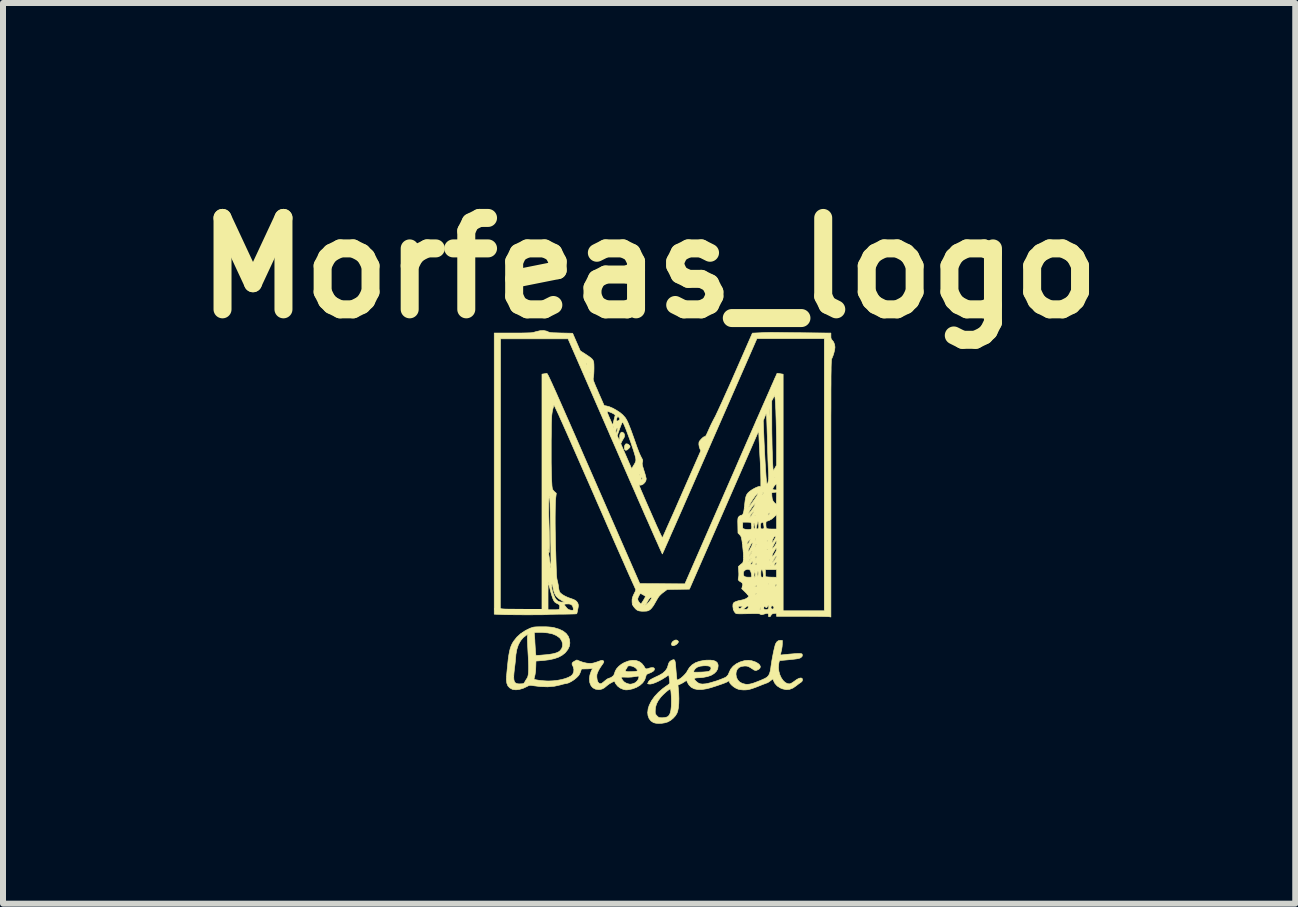
<source format=kicad_pcb>
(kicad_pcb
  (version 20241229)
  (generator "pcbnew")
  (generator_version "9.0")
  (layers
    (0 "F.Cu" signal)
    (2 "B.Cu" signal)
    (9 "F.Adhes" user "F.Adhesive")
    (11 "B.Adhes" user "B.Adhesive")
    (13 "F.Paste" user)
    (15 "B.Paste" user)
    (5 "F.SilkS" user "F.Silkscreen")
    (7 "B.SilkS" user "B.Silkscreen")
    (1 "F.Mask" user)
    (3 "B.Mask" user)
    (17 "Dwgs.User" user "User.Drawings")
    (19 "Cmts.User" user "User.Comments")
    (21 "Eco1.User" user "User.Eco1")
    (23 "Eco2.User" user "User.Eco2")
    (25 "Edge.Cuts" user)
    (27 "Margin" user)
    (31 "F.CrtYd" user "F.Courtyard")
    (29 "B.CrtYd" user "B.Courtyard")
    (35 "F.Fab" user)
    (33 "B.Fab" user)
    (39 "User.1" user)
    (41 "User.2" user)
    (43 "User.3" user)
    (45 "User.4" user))
  (footprint "Morfeas_logo"
    (layer "F.Cu")
    (at 8.026 5.736)
    (property "Reference" "Morfeas_logo" (at -0.254 -4.318 0) (layer "F.SilkS") (effects (font (size 1.524 1.524) (thickness 0.3))))
    (attr through_hole)
    (fp_poly (pts (xy -0.602 -1.379) (xy -0.582 -1.361) (xy -0.58 -1.358) (xy -0.572 -1.344) (xy -0.572 -1.333) (xy -0.581 -1.321) (xy -0.594 -1.307) (xy -0.62 -1.285) (xy -0.641 -1.278) (xy -0.657 -1.286) (xy -0.665 -1.306) (xy -0.666 -1.335) (xy -0.659 -1.362) (xy -0.647 -1.381) (xy -0.644 -1.384) (xy -0.624 -1.387) (xy -0.602 -1.379)) (stroke (width 0.01) (type solid)) (fill yes) (layer "F.SilkS"))
    (fp_poly (pts (xy 0.22 1.893) (xy 0.223 1.895) (xy 0.234 1.908) (xy 0.234 1.919) (xy 0.225 1.935) (xy 0.207 1.954) (xy 0.183 1.969) (xy 0.182 1.969) (xy 0.159 1.978) (xy 0.145 1.98) (xy 0.131 1.976) (xy 0.129 1.976) (xy 0.12 1.964) (xy 0.12 1.945) (xy 0.129 1.923) (xy 0.14 1.91) (xy 0.17 1.889) (xy 0.197 1.883) (xy 0.22 1.893)) (stroke (width 0.01) (type solid)) (fill yes) (layer "F.SilkS"))
    (fp_poly (pts (xy -1.973 1.664) (xy -1.923 1.667) (xy -1.882 1.671) (xy -1.845 1.677) (xy -1.833 1.68) (xy -1.753 1.704) (xy -1.687 1.736) (xy -1.637 1.775) (xy -1.601 1.823) (xy -1.581 1.878) (xy -1.575 1.934) (xy -1.583 1.988) (xy -1.608 2.041) (xy -1.647 2.091) (xy -1.658 2.102) (xy -1.708 2.141) (xy -1.767 2.172) (xy -1.838 2.196) (xy -1.921 2.214) (xy -2.018 2.226) (xy -2.03 2.227) (xy -2.07 2.23) (xy -2.104 2.233) (xy -2.128 2.234) (xy -2.139 2.235) (xy -2.139 2.235) (xy -2.14 2.243) (xy -2.141 2.264) (xy -2.142 2.296) (xy -2.143 2.326) (xy -2.146 2.402) (xy -2.156 2.466) (xy -2.159 2.477) (xy -2.166 2.506) (xy -2.171 2.528) (xy -2.172 2.538) (xy -2.172 2.538) (xy -2.16 2.543) (xy -2.134 2.549) (xy -2.098 2.555) (xy -2.056 2.56) (xy -2.011 2.564) (xy -1.967 2.567) (xy -1.93 2.568) (xy -1.856 2.565) (xy -1.783 2.557) (xy -1.714 2.544) (xy -1.652 2.527) (xy -1.599 2.507) (xy -1.557 2.484) (xy -1.53 2.46) (xy -1.528 2.456) (xy -1.511 2.417) (xy -1.508 2.374) (xy -1.519 2.332) (xy -1.524 2.321) (xy -1.538 2.292) (xy -1.537 2.269) (xy -1.52 2.251) (xy -1.497 2.237) (xy -1.458 2.217) (xy -1.408 2.238) (xy -1.35 2.258) (xy -1.29 2.271) (xy -1.234 2.275) (xy -1.207 2.273) (xy -1.177 2.267) (xy -1.14 2.256) (xy -1.103 2.243) (xy -1.102 2.243) (xy -1.068 2.23) (xy -1.044 2.224) (xy -1.029 2.225) (xy -1.024 2.227) (xy -1.012 2.236) (xy -1.009 2.248) (xy -1.016 2.266) (xy -1.033 2.292) (xy -1.042 2.304) (xy -1.065 2.338) (xy -1.089 2.377) (xy -1.102 2.402) (xy -1.116 2.434) (xy -1.124 2.459) (xy -1.126 2.486) (xy -1.125 2.51) (xy -1.119 2.553) (xy -1.108 2.582) (xy -1.104 2.589) (xy -1.086 2.608) (xy -1.067 2.614) (xy -1.045 2.608) (xy -1.018 2.588) (xy -1.002 2.574) (xy -0.976 2.553) (xy -0.952 2.535) (xy -0.934 2.526) (xy -0.933 2.526) (xy -0.899 2.514) (xy -0.881 2.504) (xy -0.72 2.504) (xy -0.714 2.523) (xy -0.7 2.547) (xy -0.682 2.571) (xy -0.667 2.585) (xy -0.639 2.602) (xy -0.606 2.614) (xy -0.575 2.621) (xy -0.559 2.62) (xy -0.541 2.617) (xy -0.522 2.612) (xy -0.487 2.598) (xy -0.457 2.572) (xy -0.434 2.54) (xy -0.424 2.506) (xy -0.423 2.5) (xy -0.424 2.492) (xy -0.429 2.488) (xy -0.441 2.487) (xy -0.463 2.49) (xy -0.493 2.495) (xy -0.545 2.502) (xy -0.602 2.505) (xy -0.641 2.504) (xy -0.675 2.503) (xy -0.702 2.503) (xy -0.717 2.503) (xy -0.72 2.504) (xy -0.881 2.504) (xy -0.869 2.497) (xy -0.847 2.477) (xy -0.84 2.465) (xy -0.832 2.443) (xy -0.822 2.415) (xy -0.818 2.403) (xy -0.809 2.387) (xy -0.65 2.387) (xy -0.649 2.401) (xy -0.633 2.409) (xy -0.601 2.413) (xy -0.587 2.413) (xy -0.548 2.412) (xy -0.509 2.41) (xy -0.485 2.408) (xy -0.459 2.403) (xy -0.448 2.396) (xy -0.45 2.384) (xy -0.465 2.365) (xy -0.479 2.351) (xy -0.502 2.335) (xy -0.53 2.323) (xy -0.56 2.316) (xy -0.587 2.315) (xy -0.607 2.32) (xy -0.618 2.331) (xy -0.618 2.335) (xy -0.624 2.35) (xy -0.636 2.368) (xy -0.65 2.387) (xy -0.809 2.387) (xy -0.796 2.364) (xy -0.762 2.326) (xy -0.718 2.29) (xy -0.668 2.261) (xy -0.666 2.26) (xy -0.597 2.234) (xy -0.532 2.223) (xy -0.473 2.226) (xy -0.421 2.243) (xy -0.376 2.275) (xy -0.34 2.32) (xy -0.338 2.324) (xy -0.323 2.35) (xy -0.309 2.363) (xy -0.293 2.366) (xy -0.27 2.361) (xy -0.247 2.352) (xy -0.224 2.347) (xy -0.199 2.345) (xy -0.177 2.348) (xy -0.166 2.359) (xy -0.165 2.364) (xy -0.167 2.384) (xy -0.184 2.404) (xy -0.217 2.424) (xy -0.243 2.435) (xy -0.273 2.447) (xy -0.292 2.457) (xy -0.302 2.47) (xy -0.307 2.488) (xy -0.309 2.495) (xy -0.327 2.549) (xy -0.36 2.598) (xy -0.407 2.64) (xy -0.464 2.674) (xy -0.531 2.699) (xy -0.58 2.71) (xy -0.615 2.715) (xy -0.642 2.716) (xy -0.669 2.711) (xy -0.688 2.706) (xy -0.737 2.685) (xy -0.779 2.653) (xy -0.81 2.614) (xy -0.818 2.6) (xy -0.831 2.569) (xy -0.878 2.593) (xy -0.912 2.612) (xy -0.945 2.636) (xy -0.961 2.649) (xy -1.001 2.682) (xy -1.037 2.701) (xy -1.074 2.71) (xy -1.097 2.711) (xy -1.148 2.704) (xy -1.19 2.682) (xy -1.221 2.648) (xy -1.241 2.6) (xy -1.244 2.587) (xy -1.249 2.531) (xy -1.241 2.469) (xy -1.221 2.409) (xy -1.214 2.393) (xy -1.202 2.37) (xy -1.198 2.358) (xy -1.202 2.356) (xy -1.208 2.358) (xy -1.223 2.361) (xy -1.25 2.364) (xy -1.285 2.366) (xy -1.303 2.366) (xy -1.382 2.368) (xy -1.396 2.41) (xy -1.408 2.44) (xy -1.423 2.468) (xy -1.429 2.477) (xy -1.463 2.512) (xy -1.504 2.546) (xy -1.549 2.575) (xy -1.593 2.598) (xy -1.632 2.61) (xy -1.638 2.61) (xy -1.665 2.615) (xy -1.699 2.623) (xy -1.728 2.632) (xy -1.831 2.655) (xy -1.944 2.665) (xy -2.066 2.661) (xy -2.179 2.647) (xy -2.213 2.642) (xy -2.235 2.64) (xy -2.252 2.642) (xy -2.27 2.649) (xy -2.29 2.66) (xy -2.354 2.69) (xy -2.416 2.708) (xy -2.473 2.715) (xy -2.522 2.71) (xy -2.535 2.706) (xy -2.577 2.683) (xy -2.608 2.65) (xy -2.626 2.605) (xy -2.633 2.549) (xy -2.633 2.539) (xy -2.632 2.518) (xy -2.63 2.495) (xy -2.511 2.495) (xy -2.509 2.539) (xy -2.502 2.572) (xy -2.489 2.594) (xy -2.468 2.608) (xy -2.44 2.615) (xy -2.414 2.616) (xy -2.384 2.615) (xy -2.36 2.613) (xy -2.35 2.611) (xy -2.337 2.6) (xy -2.325 2.581) (xy -2.324 2.579) (xy -2.309 2.553) (xy -2.294 2.53) (xy -2.283 2.513) (xy -2.275 2.491) (xy -2.269 2.462) (xy -2.265 2.424) (xy -2.263 2.376) (xy -2.263 2.317) (xy -2.265 2.245) (xy -2.269 2.159) (xy -2.273 2.093) (xy -2.277 2.014) (xy -2.28 1.951) (xy -2.282 1.902) (xy -2.283 1.864) (xy -2.283 1.837) (xy -2.281 1.818) (xy -2.279 1.807) (xy -2.278 1.804) (xy -2.267 1.785) (xy -2.295 1.8) (xy -2.35 1.842) (xy -2.396 1.896) (xy -2.433 1.963) (xy -2.459 2.041) (xy -2.475 2.129) (xy -2.477 2.159) (xy -2.48 2.194) (xy -2.484 2.24) (xy -2.49 2.293) (xy -2.497 2.346) (xy -2.499 2.364) (xy -2.507 2.437) (xy -2.511 2.495) (xy -2.63 2.495) (xy -2.63 2.482) (xy -2.626 2.436) (xy -2.621 2.383) (xy -2.615 2.324) (xy -2.612 2.293) (xy -2.603 2.207) (xy -2.593 2.137) (xy -2.582 2.078) (xy -2.57 2.028) (xy -2.555 1.985) (xy -2.538 1.947) (xy -2.517 1.911) (xy -2.511 1.903) (xy -2.459 1.837) (xy -2.393 1.777) (xy -2.379 1.769) (xy -2.169 1.769) (xy -2.168 1.77) (xy -2.167 1.782) (xy -2.165 1.808) (xy -2.162 1.845) (xy -2.159 1.889) (xy -2.158 1.918) (xy -2.155 1.968) (xy -2.152 2.016) (xy -2.149 2.057) (xy -2.147 2.088) (xy -2.146 2.098) (xy -2.141 2.143) (xy -2.067 2.138) (xy -2.022 2.134) (xy -1.971 2.13) (xy -1.927 2.125) (xy -1.925 2.125) (xy -1.857 2.114) (xy -1.804 2.1) (xy -1.763 2.082) (xy -1.74 2.065) (xy -1.712 2.03) (xy -1.698 1.989) (xy -1.697 1.944) (xy -1.71 1.9) (xy -1.736 1.859) (xy -1.75 1.845) (xy -1.799 1.81) (xy -1.863 1.783) (xy -1.942 1.766) (xy -2.034 1.758) (xy -2.066 1.758) (xy -2.11 1.758) (xy -2.14 1.758) (xy -2.158 1.76) (xy -2.167 1.764) (xy -2.169 1.769) (xy -2.379 1.769) (xy -2.317 1.727) (xy -2.236 1.687) (xy -2.225 1.684) (xy -2.203 1.676) (xy -2.182 1.67) (xy -2.158 1.667) (xy -2.128 1.665) (xy -2.088 1.664) (xy -2.036 1.664) (xy -1.973 1.664)) (stroke (width 0.01) (type solid)) (fill yes) (layer "F.SilkS"))
    (fp_poly (pts (xy 1.94 1.89) (xy 1.968 1.892) (xy 1.967 1.952) (xy 1.964 1.992) (xy 1.957 2.038) (xy 1.949 2.072) (xy 1.942 2.103) (xy 1.939 2.125) (xy 1.94 2.134) (xy 1.941 2.134) (xy 1.952 2.133) (xy 1.977 2.131) (xy 2.012 2.127) (xy 2.055 2.123) (xy 2.083 2.12) (xy 2.132 2.116) (xy 2.179 2.112) (xy 2.219 2.11) (xy 2.249 2.11) (xy 2.257 2.11) (xy 2.282 2.112) (xy 2.295 2.117) (xy 2.3 2.128) (xy 2.301 2.135) (xy 2.299 2.154) (xy 2.285 2.17) (xy 2.277 2.176) (xy 2.265 2.184) (xy 2.249 2.19) (xy 2.227 2.195) (xy 2.197 2.2) (xy 2.155 2.205) (xy 2.101 2.211) (xy 2.051 2.216) (xy 2.006 2.22) (xy 1.97 2.223) (xy 1.944 2.226) (xy 1.934 2.226) (xy 1.924 2.228) (xy 1.917 2.237) (xy 1.912 2.255) (xy 1.907 2.286) (xy 1.907 2.288) (xy 1.903 2.348) (xy 1.91 2.407) (xy 1.926 2.464) (xy 1.949 2.514) (xy 1.978 2.557) (xy 2.012 2.59) (xy 2.05 2.611) (xy 2.083 2.616) (xy 2.107 2.611) (xy 2.138 2.593) (xy 2.158 2.579) (xy 2.202 2.547) (xy 2.237 2.527) (xy 2.265 2.518) (xy 2.283 2.518) (xy 2.298 2.526) (xy 2.303 2.544) (xy 2.303 2.549) (xy 2.299 2.568) (xy 2.286 2.583) (xy 2.271 2.594) (xy 2.246 2.611) (xy 2.217 2.633) (xy 2.201 2.646) (xy 2.145 2.685) (xy 2.089 2.707) (xy 2.032 2.712) (xy 1.974 2.7) (xy 1.934 2.684) (xy 1.881 2.65) (xy 1.843 2.607) (xy 1.82 2.561) (xy 1.811 2.533) (xy 1.767 2.566) (xy 1.743 2.583) (xy 1.724 2.595) (xy 1.715 2.599) (xy 1.705 2.602) (xy 1.682 2.611) (xy 1.649 2.623) (xy 1.609 2.639) (xy 1.584 2.649) (xy 1.521 2.674) (xy 1.47 2.692) (xy 1.428 2.705) (xy 1.392 2.713) (xy 1.359 2.716) (xy 1.325 2.717) (xy 1.305 2.716) (xy 1.265 2.712) (xy 1.232 2.705) (xy 1.2 2.691) (xy 1.186 2.684) (xy 1.152 2.662) (xy 1.122 2.636) (xy 1.098 2.61) (xy 1.085 2.586) (xy 1.084 2.577) (xy 1.081 2.567) (xy 1.073 2.568) (xy 1.054 2.579) (xy 1.051 2.581) (xy 1.034 2.589) (xy 1.005 2.601) (xy 0.965 2.616) (xy 0.919 2.632) (xy 0.869 2.649) (xy 0.819 2.665) (xy 0.772 2.68) (xy 0.731 2.691) (xy 0.707 2.697) (xy 0.627 2.71) (xy 0.556 2.71) (xy 0.497 2.698) (xy 0.448 2.672) (xy 0.41 2.633) (xy 0.392 2.603) (xy 0.37 2.558) (xy 0.335 2.581) (xy 0.305 2.6) (xy 0.272 2.617) (xy 0.264 2.62) (xy 0.227 2.637) (xy 0.232 2.68) (xy 0.24 2.772) (xy 0.243 2.86) (xy 0.241 2.941) (xy 0.235 3.012) (xy 0.223 3.071) (xy 0.211 3.104) (xy 0.186 3.146) (xy 0.149 3.187) (xy 0.106 3.223) (xy 0.06 3.249) (xy 0.055 3.251) (xy 0.009 3.265) (xy -0.042 3.273) (xy -0.093 3.275) (xy -0.14 3.272) (xy -0.177 3.263) (xy -0.182 3.261) (xy -0.224 3.233) (xy -0.254 3.194) (xy -0.272 3.146) (xy -0.278 3.09) (xy -0.276 3.082) (xy -0.152 3.082) (xy -0.151 3.104) (xy -0.146 3.12) (xy -0.136 3.134) (xy -0.131 3.14) (xy -0.112 3.16) (xy -0.094 3.174) (xy -0.09 3.176) (xy -0.066 3.18) (xy -0.033 3.181) (xy 0.002 3.178) (xy 0.034 3.171) (xy 0.056 3.163) (xy 0.08 3.139) (xy 0.097 3.105) (xy 0.109 3.057) (xy 0.116 2.994) (xy 0.117 2.974) (xy 0.118 2.923) (xy 0.118 2.871) (xy 0.116 2.821) (xy 0.113 2.777) (xy 0.11 2.74) (xy 0.105 2.715) (xy 0.1 2.702) (xy 0.099 2.701) (xy 0.085 2.707) (xy 0.063 2.723) (xy 0.035 2.745) (xy 0.005 2.772) (xy -0.025 2.8) (xy -0.05 2.827) (xy -0.058 2.835) (xy -0.101 2.893) (xy -0.129 2.947) (xy -0.146 3.002) (xy -0.151 3.048) (xy -0.152 3.082) (xy -0.276 3.082) (xy -0.27 3.03) (xy -0.252 2.974) (xy -0.215 2.9) (xy -0.163 2.827) (xy -0.098 2.757) (xy -0.024 2.693) (xy 0.024 2.658) (xy 0.055 2.637) (xy 0.075 2.622) (xy 0.086 2.61) (xy 0.09 2.6) (xy 0.09 2.587) (xy 0.089 2.582) (xy 0.086 2.556) (xy 0.082 2.523) (xy 0.08 2.509) (xy 0.075 2.466) (xy 0.019 2.504) (xy -0.039 2.54) (xy -0.095 2.57) (xy -0.147 2.594) (xy -0.194 2.611) (xy -0.232 2.619) (xy -0.258 2.618) (xy -0.279 2.612) (xy -0.265 2.582) (xy -0.258 2.571) (xy -0.249 2.56) (xy -0.236 2.549) (xy -0.216 2.537) (xy -0.188 2.522) (xy -0.149 2.503) (xy -0.098 2.479) (xy -0.087 2.474) (xy -0.027 2.439) (xy 0.018 2.398) (xy 0.048 2.352) (xy 0.059 2.319) (xy 0.07 2.28) (xy 0.083 2.253) (xy 0.102 2.235) (xy 0.122 2.223) (xy 0.142 2.215) (xy 0.157 2.212) (xy 0.168 2.217) (xy 0.176 2.23) (xy 0.182 2.255) (xy 0.187 2.292) (xy 0.191 2.343) (xy 0.193 2.368) (xy 0.197 2.417) (xy 0.201 2.462) (xy 0.205 2.498) (xy 0.207 2.524) (xy 0.209 2.533) (xy 0.213 2.548) (xy 0.22 2.552) (xy 0.235 2.545) (xy 0.24 2.543) (xy 0.276 2.52) (xy 0.313 2.488) (xy 0.347 2.453) (xy 0.374 2.419) (xy 0.376 2.414) (xy 0.487 2.414) (xy 0.49 2.418) (xy 0.499 2.42) (xy 0.517 2.421) (xy 0.547 2.421) (xy 0.591 2.42) (xy 0.603 2.42) (xy 0.66 2.417) (xy 0.705 2.413) (xy 0.736 2.408) (xy 0.747 2.405) (xy 0.768 2.387) (xy 0.778 2.362) (xy 0.776 2.341) (xy 0.761 2.325) (xy 0.73 2.316) (xy 0.684 2.313) (xy 0.656 2.314) (xy 0.596 2.321) (xy 0.55 2.337) (xy 0.517 2.361) (xy 0.493 2.395) (xy 0.488 2.408) (xy 0.487 2.414) (xy 0.376 2.414) (xy 0.384 2.4) (xy 0.418 2.344) (xy 0.462 2.299) (xy 0.518 2.264) (xy 0.586 2.239) (xy 0.668 2.224) (xy 0.699 2.221) (xy 0.766 2.22) (xy 0.819 2.226) (xy 0.858 2.241) (xy 0.884 2.265) (xy 0.896 2.298) (xy 0.897 2.317) (xy 0.89 2.366) (xy 0.866 2.408) (xy 0.829 2.444) (xy 0.778 2.474) (xy 0.715 2.495) (xy 0.64 2.509) (xy 0.591 2.513) (xy 0.546 2.515) (xy 0.517 2.519) (xy 0.502 2.526) (xy 0.501 2.537) (xy 0.511 2.553) (xy 0.531 2.574) (xy 0.562 2.599) (xy 0.596 2.614) (xy 0.635 2.619) (xy 0.686 2.615) (xy 0.688 2.615) (xy 0.724 2.608) (xy 0.768 2.597) (xy 0.818 2.582) (xy 0.871 2.566) (xy 0.921 2.548) (xy 0.967 2.53) (xy 1.005 2.514) (xy 1.031 2.5) (xy 1.037 2.495) (xy 1.063 2.466) (xy 1.081 2.425) (xy 1.081 2.424) (xy 1.107 2.37) (xy 1.147 2.322) (xy 1.199 2.282) (xy 1.261 2.251) (xy 1.331 2.23) (xy 1.348 2.227) (xy 1.404 2.223) (xy 1.457 2.23) (xy 1.514 2.249) (xy 1.524 2.253) (xy 1.564 2.276) (xy 1.59 2.301) (xy 1.601 2.326) (xy 1.596 2.35) (xy 1.576 2.372) (xy 1.543 2.388) (xy 1.526 2.393) (xy 1.512 2.391) (xy 1.493 2.383) (xy 1.471 2.368) (xy 1.435 2.345) (xy 1.408 2.33) (xy 1.386 2.322) (xy 1.363 2.318) (xy 1.336 2.318) (xy 1.336 2.318) (xy 1.284 2.325) (xy 1.243 2.344) (xy 1.214 2.376) (xy 1.198 2.418) (xy 1.194 2.454) (xy 1.202 2.506) (xy 1.224 2.551) (xy 1.258 2.586) (xy 1.304 2.61) (xy 1.359 2.623) (xy 1.367 2.623) (xy 1.393 2.623) (xy 1.421 2.62) (xy 1.453 2.613) (xy 1.492 2.601) (xy 1.54 2.583) (xy 1.599 2.56) (xy 1.634 2.545) (xy 1.678 2.525) (xy 1.712 2.504) (xy 1.736 2.479) (xy 1.753 2.448) (xy 1.765 2.406) (xy 1.775 2.352) (xy 1.777 2.331) (xy 1.784 2.285) (xy 1.792 2.232) (xy 1.802 2.176) (xy 1.813 2.119) (xy 1.824 2.066) (xy 1.835 2.018) (xy 1.845 1.98) (xy 1.852 1.954) (xy 1.854 1.95) (xy 1.876 1.915) (xy 1.905 1.894) (xy 1.94 1.89) (xy 1.94 1.89)) (stroke (width 0.01) (type solid)) (fill yes) (layer "F.SilkS"))
    (fp_poly (pts (xy -1.962 -3.265) (xy -1.945 -3.258) (xy -1.932 -3.251) (xy -1.919 -3.247) (xy -1.902 -3.243) (xy -1.88 -3.24) (xy -1.85 -3.238) (xy -1.809 -3.237) (xy -1.754 -3.235) (xy -1.719 -3.234) (xy -1.529 -3.23) (xy -1.401 -2.937) (xy -1.303 -2.874) (xy -1.257 -2.843) (xy -1.223 -2.818) (xy -1.2 -2.796) (xy -1.185 -2.773) (xy -1.177 -2.745) (xy -1.174 -2.709) (xy -1.173 -2.662) (xy -1.173 -2.642) (xy -1.174 -2.596) (xy -1.176 -2.553) (xy -1.179 -2.517) (xy -1.183 -2.493) (xy -1.183 -2.491) (xy -1.185 -2.48) (xy -1.186 -2.47) (xy -1.185 -2.457) (xy -1.181 -2.44) (xy -1.173 -2.418) (xy -1.161 -2.388) (xy -1.145 -2.348) (xy -1.122 -2.297) (xy -1.098 -2.24) (xy -1.003 -2.024) (xy -0.969 -2.019) (xy -0.917 -2.005) (xy -0.858 -1.98) (xy -0.799 -1.947) (xy -0.742 -1.91) (xy -0.694 -1.87) (xy -0.658 -1.83) (xy -0.657 -1.83) (xy -0.646 -1.814) (xy -0.635 -1.797) (xy -0.625 -1.779) (xy -0.614 -1.757) (xy -0.602 -1.731) (xy -0.589 -1.698) (xy -0.573 -1.658) (xy -0.554 -1.609) (xy -0.532 -1.548) (xy -0.506 -1.476) (xy -0.476 -1.39) (xy -0.456 -1.333) (xy -0.438 -1.286) (xy -0.42 -1.239) (xy -0.402 -1.198) (xy -0.387 -1.167) (xy -0.384 -1.161) (xy -0.368 -1.132) (xy -0.361 -1.113) (xy -0.36 -1.099) (xy -0.364 -1.085) (xy -0.364 -1.084) (xy -0.368 -1.071) (xy -0.369 -1.057) (xy -0.367 -1.037) (xy -0.361 -1.011) (xy -0.35 -0.975) (xy -0.335 -0.926) (xy -0.329 -0.908) (xy -0.318 -0.87) (xy -0.309 -0.836) (xy -0.303 -0.81) (xy -0.302 -0.801) (xy -0.308 -0.771) (xy -0.324 -0.743) (xy -0.347 -0.719) (xy -0.374 -0.702) (xy -0.4 -0.697) (xy -0.408 -0.699) (xy -0.412 -0.701) (xy -0.416 -0.703) (xy -0.419 -0.704) (xy -0.421 -0.703) (xy -0.421 -0.699) (xy -0.418 -0.69) (xy -0.413 -0.676) (xy -0.405 -0.655) (xy -0.393 -0.626) (xy -0.377 -0.589) (xy -0.356 -0.541) (xy -0.331 -0.482) (xy -0.3 -0.411) (xy -0.263 -0.327) (xy -0.226 -0.243) (xy -0.191 -0.163) (xy -0.158 -0.089) (xy -0.128 -0.02) (xy -0.1 0.04) (xy -0.077 0.092) (xy -0.057 0.133) (xy -0.043 0.162) (xy -0.035 0.177) (xy -0.032 0.18) (xy -0.028 0.171) (xy -0.017 0.148) (xy -0.001 0.112) (xy 0.021 0.063) (xy 0.047 0.003) (xy 0.078 -0.066) (xy 0.113 -0.145) (xy 0.152 -0.232) (xy 0.193 -0.325) (xy 0.236 -0.424) (xy 0.282 -0.528) (xy 0.291 -0.549) (xy 0.608 -1.271) (xy 0.592 -1.307) (xy 0.582 -1.338) (xy 0.576 -1.374) (xy 0.576 -1.383) (xy 0.577 -1.406) (xy 0.582 -1.424) (xy 0.595 -1.442) (xy 0.615 -1.465) (xy 0.64 -1.489) (xy 0.661 -1.504) (xy 0.672 -1.507) (xy 0.681 -1.509) (xy 0.69 -1.518) (xy 0.701 -1.536) (xy 0.714 -1.564) (xy 0.733 -1.606) (xy 0.753 -1.651) (xy 0.778 -1.705) (xy 0.806 -1.761) (xy 0.833 -1.813) (xy 0.839 -1.824) (xy 0.853 -1.85) (xy 0.872 -1.891) (xy 0.897 -1.944) (xy 0.927 -2.009) (xy 0.961 -2.083) (xy 0.998 -2.166) (xy 1.038 -2.255) (xy 1.081 -2.35) (xy 1.125 -2.449) (xy 1.169 -2.55) (xy 1.186 -2.588) (xy 1.468 -3.232) (xy 1.604 -3.238) (xy 1.654 -3.241) (xy 1.703 -3.242) (xy 1.745 -3.243) (xy 1.776 -3.244) (xy 1.786 -3.244) (xy 1.804 -3.244) (xy 1.836 -3.243) (xy 1.882 -3.243) (xy 1.939 -3.242) (xy 2.007 -3.241) (xy 2.083 -3.24) (xy 2.165 -3.239) (xy 2.253 -3.239) (xy 2.305 -3.238) (xy 2.777 -3.233) (xy 2.777 -3.184) (xy 2.778 -3.153) (xy 2.784 -3.133) (xy 2.794 -3.12) (xy 2.795 -3.119) (xy 2.822 -3.085) (xy 2.839 -3.041) (xy 2.845 -2.998) (xy 2.841 -2.962) (xy 2.831 -2.916) (xy 2.817 -2.868) (xy 2.8 -2.824) (xy 2.793 -2.809) (xy 2.791 -2.805) (xy 2.79 -2.801) (xy 2.788 -2.795) (xy 2.787 -2.787) (xy 2.786 -2.776) (xy 2.785 -2.762) (xy 2.784 -2.743) (xy 2.783 -2.721) (xy 2.782 -2.692) (xy 2.781 -2.659) (xy 2.781 -2.618) (xy 2.78 -2.571) (xy 2.779 -2.515) (xy 2.779 -2.452) (xy 2.779 -2.379) (xy 2.778 -2.297) (xy 2.778 -2.204) (xy 2.778 -2.101) (xy 2.778 -1.986) (xy 2.777 -1.859) (xy 2.777 -1.72) (xy 2.777 -1.567) (xy 2.777 -1.4) (xy 2.777 -1.218) (xy 2.777 -1.022) (xy 2.777 -0.809) (xy 2.777 -0.638) (xy 2.777 1.501) (xy 2.745 1.496) (xy 2.731 1.495) (xy 2.701 1.494) (xy 2.658 1.493) (xy 2.603 1.492) (xy 2.538 1.491) (xy 2.466 1.491) (xy 2.387 1.49) (xy 2.303 1.49) (xy 2.292 1.49) (xy 1.871 1.49) (xy 1.871 1.465) (xy 1.869 1.447) (xy 1.86 1.44) (xy 1.848 1.44) (xy 1.81 1.445) (xy 1.787 1.457) (xy 1.778 1.474) (xy 1.767 1.492) (xy 1.754 1.497) (xy 1.742 1.497) (xy 1.737 1.488) (xy 1.736 1.47) (xy 1.734 1.451) (xy 1.727 1.441) (xy 1.711 1.44) (xy 1.685 1.446) (xy 1.661 1.453) (xy 1.635 1.461) (xy 1.619 1.462) (xy 1.606 1.458) (xy 1.601 1.454) (xy 1.592 1.45) (xy 1.579 1.447) (xy 1.56 1.445) (xy 1.531 1.444) (xy 1.492 1.444) (xy 1.439 1.445) (xy 1.392 1.446) (xy 1.331 1.447) (xy 1.284 1.448) (xy 1.249 1.448) (xy 1.225 1.447) (xy 1.208 1.446) (xy 1.197 1.443) (xy 1.189 1.438) (xy 1.182 1.432) (xy 1.181 1.431) (xy 1.162 1.404) (xy 1.151 1.374) (xy 1.593 1.374) (xy 1.599 1.377) (xy 1.6 1.376) (xy 1.607 1.364) (xy 1.609 1.352) (xy 1.608 1.346) (xy 1.658 1.346) (xy 1.66 1.367) (xy 1.676 1.378) (xy 1.703 1.378) (xy 1.716 1.375) (xy 1.735 1.363) (xy 1.74 1.344) (xy 1.778 1.344) (xy 1.783 1.361) (xy 1.789 1.366) (xy 1.81 1.369) (xy 1.824 1.359) (xy 1.827 1.35) (xy 1.823 1.33) (xy 1.81 1.317) (xy 1.793 1.315) (xy 1.791 1.315) (xy 1.781 1.326) (xy 1.778 1.344) (xy 1.74 1.344) (xy 1.741 1.341) (xy 1.739 1.323) (xy 1.733 1.301) (xy 1.721 1.324) (xy 1.709 1.342) (xy 1.697 1.344) (xy 1.685 1.334) (xy 1.672 1.322) (xy 1.663 1.326) (xy 1.658 1.346) (xy 1.608 1.346) (xy 1.607 1.34) (xy 1.602 1.343) (xy 1.6 1.346) (xy 1.593 1.362) (xy 1.593 1.374) (xy 1.151 1.374) (xy 1.15 1.372) (xy 1.317 1.372) (xy 1.353 1.372) (xy 1.377 1.37) (xy 1.39 1.363) (xy 1.396 1.353) (xy 1.4 1.333) (xy 1.399 1.323) (xy 1.393 1.317) (xy 1.381 1.321) (xy 1.36 1.336) (xy 1.342 1.35) (xy 1.317 1.372) (xy 1.15 1.372) (xy 1.149 1.368) (xy 1.145 1.34) (xy 1.233 1.34) (xy 1.237 1.347) (xy 1.25 1.361) (xy 1.266 1.359) (xy 1.287 1.342) (xy 1.307 1.321) (xy 1.273 1.321) (xy 1.246 1.322) (xy 1.233 1.328) (xy 1.233 1.34) (xy 1.145 1.34) (xy 1.143 1.329) (xy 1.144 1.292) (xy 1.151 1.27) (xy 1.167 1.255) (xy 1.198 1.241) (xy 1.241 1.228) (xy 1.287 1.219) (xy 1.325 1.21) (xy 1.359 1.196) (xy 1.386 1.18) (xy 1.403 1.164) (xy 1.405 1.154) (xy 1.4 1.143) (xy 1.385 1.124) (xy 1.516 1.124) (xy 1.525 1.122) (xy 1.526 1.121) (xy 1.537 1.115) (xy 1.537 1.111) (xy 1.528 1.112) (xy 1.522 1.117) (xy 1.516 1.124) (xy 1.385 1.124) (xy 1.384 1.123) (xy 1.362 1.099) (xy 1.348 1.085) (xy 1.29 1.029) (xy 1.3 0.995) (xy 1.508 0.995) (xy 1.511 0.998) (xy 1.521 0.999) (xy 1.538 0.994) (xy 1.544 0.986) (xy 1.544 0.984) (xy 1.846 0.984) (xy 1.85 0.991) (xy 1.859 0.987) (xy 1.866 0.977) (xy 1.871 0.959) (xy 1.868 0.952) (xy 1.86 0.959) (xy 1.858 0.96) (xy 1.849 0.976) (xy 1.846 0.984) (xy 1.544 0.984) (xy 1.545 0.975) (xy 1.535 0.976) (xy 1.519 0.986) (xy 1.508 0.995) (xy 1.3 0.995) (xy 1.301 0.992) (xy 1.307 0.962) (xy 1.305 0.948) (xy 1.736 0.948) (xy 1.739 0.955) (xy 1.741 0.954) (xy 1.742 0.944) (xy 1.741 0.943) (xy 1.736 0.944) (xy 1.736 0.948) (xy 1.305 0.948) (xy 1.304 0.941) (xy 1.289 0.925) (xy 1.27 0.914) (xy 1.243 0.896) (xy 1.231 0.874) (xy 1.235 0.847) (xy 1.236 0.842) (xy 1.241 0.818) (xy 1.242 0.781) (xy 1.242 0.78) (xy 1.317 0.78) (xy 1.32 0.796) (xy 1.326 0.815) (xy 1.339 0.827) (xy 1.36 0.834) (xy 1.394 0.837) (xy 1.412 0.837) (xy 1.438 0.837) (xy 1.451 0.834) (xy 1.456 0.826) (xy 1.456 0.822) (xy 1.455 0.804) (xy 1.454 0.803) (xy 1.496 0.803) (xy 1.499 0.828) (xy 1.506 0.838) (xy 1.508 0.838) (xy 1.513 0.831) (xy 1.515 0.812) (xy 1.516 0.805) (xy 1.514 0.782) (xy 1.55 0.782) (xy 1.55 0.804) (xy 1.554 0.818) (xy 1.558 0.821) (xy 1.563 0.814) (xy 1.566 0.794) (xy 1.566 0.777) (xy 1.566 0.775) (xy 1.609 0.775) (xy 1.609 0.802) (xy 1.611 0.823) (xy 1.614 0.833) (xy 1.627 0.837) (xy 1.637 0.838) (xy 1.645 0.837) (xy 1.65 0.83) (xy 1.651 0.815) (xy 1.649 0.787) (xy 1.648 0.782) (xy 1.643 0.743) (xy 1.636 0.721) (xy 1.627 0.712) (xy 1.618 0.715) (xy 1.613 0.726) (xy 1.61 0.747) (xy 1.609 0.775) (xy 1.566 0.775) (xy 1.565 0.752) (xy 1.562 0.742) (xy 1.558 0.745) (xy 1.552 0.761) (xy 1.55 0.782) (xy 1.514 0.782) (xy 1.514 0.775) (xy 1.509 0.745) (xy 1.509 0.744) (xy 1.505 0.729) (xy 1.503 0.726) (xy 1.501 0.738) (xy 1.499 0.762) (xy 1.496 0.803) (xy 1.454 0.803) (xy 1.45 0.777) (xy 1.447 0.762) (xy 1.435 0.728) (xy 1.418 0.711) (xy 1.685 0.711) (xy 1.685 0.829) (xy 1.712 0.832) (xy 1.734 0.834) (xy 1.767 0.836) (xy 1.803 0.837) (xy 1.806 0.837) (xy 1.871 0.838) (xy 1.871 0.711) (xy 1.685 0.711) (xy 1.418 0.711) (xy 1.416 0.71) (xy 1.389 0.705) (xy 1.373 0.708) (xy 1.341 0.722) (xy 1.322 0.746) (xy 1.317 0.78) (xy 1.242 0.78) (xy 1.24 0.74) (xy 1.234 0.661) (xy 1.257 0.639) (xy 1.761 0.639) (xy 1.765 0.643) (xy 1.765 0.643) (xy 1.83 0.643) (xy 1.839 0.643) (xy 1.855 0.63) (xy 1.858 0.627) (xy 1.868 0.608) (xy 1.87 0.594) (xy 1.867 0.586) (xy 1.86 0.588) (xy 1.848 0.603) (xy 1.843 0.61) (xy 1.831 0.632) (xy 1.83 0.643) (xy 1.765 0.643) (xy 1.77 0.639) (xy 1.765 0.635) (xy 1.761 0.639) (xy 1.257 0.639) (xy 1.259 0.638) (xy 1.275 0.623) (xy 1.439 0.623) (xy 1.445 0.627) (xy 1.452 0.624) (xy 1.517 0.624) (xy 1.519 0.633) (xy 1.528 0.635) (xy 1.538 0.628) (xy 1.541 0.612) (xy 1.54 0.596) (xy 1.536 0.595) (xy 1.528 0.605) (xy 1.517 0.624) (xy 1.452 0.624) (xy 1.457 0.622) (xy 1.463 0.616) (xy 1.471 0.603) (xy 1.473 0.59) (xy 1.804 0.59) (xy 1.807 0.593) (xy 1.807 0.593) (xy 1.813 0.586) (xy 1.825 0.569) (xy 1.841 0.547) (xy 1.857 0.521) (xy 1.867 0.499) (xy 1.87 0.486) (xy 1.865 0.482) (xy 1.856 0.492) (xy 1.84 0.517) (xy 1.835 0.526) (xy 1.817 0.558) (xy 1.807 0.579) (xy 1.804 0.59) (xy 1.473 0.59) (xy 1.473 0.587) (xy 1.469 0.577) (xy 1.466 0.576) (xy 1.459 0.582) (xy 1.449 0.598) (xy 1.441 0.614) (xy 1.439 0.623) (xy 1.275 0.623) (xy 1.279 0.62) (xy 1.297 0.606) (xy 1.299 0.605) (xy 1.311 0.589) (xy 1.313 0.58) (xy 1.405 0.58) (xy 1.41 0.584) (xy 1.414 0.58) (xy 1.41 0.576) (xy 1.405 0.58) (xy 1.313 0.58) (xy 1.316 0.563) (xy 1.417 0.563) (xy 1.418 0.567) (xy 1.424 0.561) (xy 1.431 0.55) (xy 1.433 0.545) (xy 1.511 0.545) (xy 1.512 0.55) (xy 1.753 0.55) (xy 1.756 0.557) (xy 1.758 0.556) (xy 1.759 0.546) (xy 1.758 0.545) (xy 1.753 0.546) (xy 1.753 0.55) (xy 1.512 0.55) (xy 1.518 0.543) (xy 1.526 0.526) (xy 1.529 0.521) (xy 1.538 0.496) (xy 1.541 0.48) (xy 1.538 0.475) (xy 1.533 0.479) (xy 1.527 0.49) (xy 1.52 0.509) (xy 1.514 0.529) (xy 1.511 0.545) (xy 1.433 0.545) (xy 1.436 0.537) (xy 1.436 0.533) (xy 1.429 0.54) (xy 1.422 0.55) (xy 1.417 0.563) (xy 1.316 0.563) (xy 1.318 0.557) (xy 1.319 0.521) (xy 1.439 0.521) (xy 1.444 0.525) (xy 1.448 0.521) (xy 1.444 0.516) (xy 1.439 0.521) (xy 1.319 0.521) (xy 1.32 0.509) (xy 1.319 0.487) (xy 1.415 0.487) (xy 1.417 0.488) (xy 1.418 0.487) (xy 1.429 0.471) (xy 1.798 0.471) (xy 1.799 0.481) (xy 1.8 0.483) (xy 1.804 0.489) (xy 1.808 0.489) (xy 1.816 0.48) (xy 1.829 0.462) (xy 1.841 0.444) (xy 1.86 0.411) (xy 1.869 0.386) (xy 1.87 0.37) (xy 1.868 0.356) (xy 1.865 0.352) (xy 1.858 0.359) (xy 1.847 0.378) (xy 1.837 0.394) (xy 1.816 0.43) (xy 1.804 0.455) (xy 1.798 0.471) (xy 1.429 0.471) (xy 1.431 0.468) (xy 1.446 0.444) (xy 1.449 0.437) (xy 1.459 0.417) (xy 1.463 0.403) (xy 1.462 0.401) (xy 1.457 0.406) (xy 1.447 0.423) (xy 1.433 0.448) (xy 1.432 0.451) (xy 1.42 0.474) (xy 1.415 0.487) (xy 1.319 0.487) (xy 1.317 0.446) (xy 1.315 0.411) (xy 1.396 0.411) (xy 1.4 0.413) (xy 1.41 0.402) (xy 1.421 0.386) (xy 1.428 0.373) (xy 1.71 0.373) (xy 1.713 0.38) (xy 1.716 0.378) (xy 1.717 0.368) (xy 1.716 0.367) (xy 1.711 0.368) (xy 1.71 0.373) (xy 1.428 0.373) (xy 1.435 0.36) (xy 1.435 0.36) (xy 1.795 0.36) (xy 1.799 0.362) (xy 1.811 0.352) (xy 1.827 0.334) (xy 1.846 0.308) (xy 1.847 0.307) (xy 1.865 0.275) (xy 1.87 0.247) (xy 1.87 0.244) (xy 1.868 0.233) (xy 1.864 0.23) (xy 1.858 0.237) (xy 1.847 0.257) (xy 1.831 0.286) (xy 1.815 0.316) (xy 1.803 0.341) (xy 1.796 0.357) (xy 1.795 0.36) (xy 1.435 0.36) (xy 1.449 0.333) (xy 1.456 0.318) (xy 1.516 0.318) (xy 1.52 0.322) (xy 1.524 0.318) (xy 1.52 0.313) (xy 1.516 0.318) (xy 1.456 0.318) (xy 1.462 0.304) (xy 1.466 0.291) (xy 1.525 0.291) (xy 1.526 0.302) (xy 1.529 0.303) (xy 1.531 0.291) (xy 1.53 0.286) (xy 1.526 0.283) (xy 1.525 0.291) (xy 1.466 0.291) (xy 1.47 0.278) (xy 1.472 0.261) (xy 1.469 0.255) (xy 1.463 0.26) (xy 1.452 0.277) (xy 1.435 0.307) (xy 1.433 0.312) (xy 1.417 0.346) (xy 1.405 0.375) (xy 1.398 0.398) (xy 1.396 0.411) (xy 1.315 0.411) (xy 1.313 0.392) (xy 1.306 0.323) (xy 1.3 0.273) (xy 1.38 0.273) (xy 1.381 0.285) (xy 1.387 0.285) (xy 1.398 0.274) (xy 1.414 0.253) (xy 1.415 0.251) (xy 1.794 0.251) (xy 1.796 0.262) (xy 1.799 0.262) (xy 1.804 0.256) (xy 1.816 0.238) (xy 1.832 0.213) (xy 1.833 0.211) (xy 1.851 0.18) (xy 1.858 0.161) (xy 1.856 0.153) (xy 1.843 0.155) (xy 1.842 0.155) (xy 1.831 0.165) (xy 1.819 0.184) (xy 1.807 0.208) (xy 1.799 0.231) (xy 1.794 0.251) (xy 1.415 0.251) (xy 1.427 0.232) (xy 1.711 0.232) (xy 1.712 0.243) (xy 1.715 0.243) (xy 1.717 0.232) (xy 1.716 0.227) (xy 1.712 0.224) (xy 1.711 0.232) (xy 1.427 0.232) (xy 1.428 0.232) (xy 1.431 0.224) (xy 1.507 0.224) (xy 1.511 0.229) (xy 1.516 0.224) (xy 1.511 0.22) (xy 1.507 0.224) (xy 1.431 0.224) (xy 1.435 0.217) (xy 1.435 0.213) (xy 1.426 0.215) (xy 1.412 0.226) (xy 1.397 0.242) (xy 1.385 0.259) (xy 1.38 0.272) (xy 1.38 0.273) (xy 1.3 0.273) (xy 1.3 0.269) (xy 1.294 0.227) (xy 1.289 0.198) (xy 1.516 0.198) (xy 1.518 0.209) (xy 1.521 0.209) (xy 1.523 0.198) (xy 1.521 0.193) (xy 1.518 0.19) (xy 1.516 0.198) (xy 1.289 0.198) (xy 1.289 0.196) (xy 1.283 0.173) (xy 1.276 0.155) (xy 1.267 0.142) (xy 1.257 0.13) (xy 1.256 0.129) (xy 1.228 0.101) (xy 1.226 0.006) (xy 1.226 0.000443) (xy 1.305 0.000443) (xy 1.306 0.017) (xy 1.313 0.026) (xy 1.325 0.032) (xy 1.327 0.032) (xy 1.351 0.038) (xy 1.382 0.041) (xy 1.413 0.041) (xy 1.438 0.038) (xy 1.447 0.035) (xy 1.454 0.024) (xy 1.456 0.003) (xy 1.455 -0.02) (xy 1.454 -0.029) (xy 1.49 -0.029) (xy 1.491 -0.001) (xy 1.493 0.02) (xy 1.496 0.028) (xy 1.507 0.034) (xy 1.512 0.024) (xy 1.512 0.013) (xy 1.534 0.013) (xy 1.534 0.029) (xy 1.542 0.034) (xy 1.56 0.029) (xy 1.561 0.029) (xy 1.57 0.02) (xy 1.574 0.001) (xy 1.574 -0.02) (xy 1.574 -0.03) (xy 1.602 -0.03) (xy 1.605 0.001) (xy 1.609 0.022) (xy 1.617 0.032) (xy 1.631 0.033) (xy 1.637 0.032) (xy 1.653 0.03) (xy 1.661 0.023) (xy 1.662 0.007) (xy 1.661 -0.008) (xy 1.657 -0.036) (xy 1.657 -0.04) (xy 1.693 -0.04) (xy 1.695 -0.009) (xy 1.699 0.014) (xy 1.703 0.024) (xy 1.718 0.029) (xy 1.747 0.033) (xy 1.79 0.034) (xy 1.792 0.034) (xy 1.871 0.034) (xy 1.871 -0.207) (xy 1.831 -0.168) (xy 1.79 -0.132) (xy 1.75 -0.11) (xy 1.717 -0.098) (xy 1.704 -0.094) (xy 1.697 -0.087) (xy 1.694 -0.072) (xy 1.693 -0.045) (xy 1.693 -0.04) (xy 1.657 -0.04) (xy 1.652 -0.06) (xy 1.65 -0.065) (xy 1.642 -0.079) (xy 1.631 -0.079) (xy 1.626 -0.077) (xy 1.608 -0.059) (xy 1.602 -0.03) (xy 1.574 -0.03) (xy 1.573 -0.049) (xy 1.569 -0.073) (xy 1.567 -0.08) (xy 1.562 -0.09) (xy 1.558 -0.086) (xy 1.554 -0.072) (xy 1.547 -0.045) (xy 1.54 -0.017) (xy 1.534 0.013) (xy 1.512 0.013) (xy 1.511 -0.002) (xy 1.51 -0.011) (xy 1.505 -0.044) (xy 1.5 -0.064) (xy 1.495 -0.068) (xy 1.492 -0.057) (xy 1.49 -0.029) (xy 1.49 -0.029) (xy 1.454 -0.029) (xy 1.451 -0.047) (xy 1.447 -0.067) (xy 1.445 -0.074) (xy 1.434 -0.077) (xy 1.411 -0.079) (xy 1.38 -0.08) (xy 1.373 -0.08) (xy 1.308 -0.08) (xy 1.306 -0.028) (xy 1.305 0.000443) (xy 1.226 0.000443) (xy 1.225 -0.049) (xy 1.224 -0.09) (xy 1.225 -0.119) (xy 1.227 -0.139) (xy 1.23 -0.153) (xy 1.232 -0.157) (xy 1.422 -0.157) (xy 1.427 -0.152) (xy 1.431 -0.157) (xy 1.427 -0.161) (xy 1.422 -0.157) (xy 1.232 -0.157) (xy 1.235 -0.162) (xy 1.242 -0.171) (xy 1.425 -0.171) (xy 1.432 -0.171) (xy 1.444 -0.179) (xy 1.45 -0.184) (xy 1.454 -0.19) (xy 1.507 -0.19) (xy 1.511 -0.186) (xy 1.516 -0.19) (xy 1.511 -0.195) (xy 1.507 -0.19) (xy 1.454 -0.19) (xy 1.46 -0.198) (xy 1.464 -0.205) (xy 1.727 -0.205) (xy 1.729 -0.197) (xy 1.738 -0.202) (xy 1.746 -0.21) (xy 1.757 -0.224) (xy 1.759 -0.234) (xy 1.759 -0.234) (xy 1.749 -0.234) (xy 1.737 -0.225) (xy 1.728 -0.211) (xy 1.727 -0.205) (xy 1.464 -0.205) (xy 1.472 -0.218) (xy 1.483 -0.24) (xy 1.492 -0.259) (xy 1.496 -0.27) (xy 1.495 -0.271) (xy 1.489 -0.265) (xy 1.477 -0.249) (xy 1.461 -0.227) (xy 1.444 -0.205) (xy 1.431 -0.185) (xy 1.428 -0.18) (xy 1.425 -0.171) (xy 1.242 -0.171) (xy 1.242 -0.171) (xy 1.245 -0.174) (xy 1.262 -0.188) (xy 1.278 -0.195) (xy 1.279 -0.195) (xy 1.295 -0.198) (xy 1.308 -0.21) (xy 1.317 -0.231) (xy 1.405 -0.231) (xy 1.41 -0.228) (xy 1.422 -0.239) (xy 1.442 -0.265) (xy 1.47 -0.304) (xy 1.481 -0.319) (xy 1.498 -0.347) (xy 1.51 -0.371) (xy 1.514 -0.386) (xy 1.514 -0.387) (xy 1.508 -0.386) (xy 1.496 -0.374) (xy 1.48 -0.354) (xy 1.461 -0.328) (xy 1.442 -0.3) (xy 1.425 -0.273) (xy 1.413 -0.25) (xy 1.406 -0.234) (xy 1.405 -0.231) (xy 1.317 -0.231) (xy 1.318 -0.233) (xy 1.326 -0.268) (xy 1.333 -0.317) (xy 1.334 -0.326) (xy 1.405 -0.326) (xy 1.424 -0.351) (xy 1.437 -0.367) (xy 1.456 -0.394) (xy 1.479 -0.427) (xy 1.505 -0.464) (xy 1.505 -0.464) (xy 1.534 -0.507) (xy 1.552 -0.537) (xy 1.554 -0.542) (xy 1.628 -0.542) (xy 1.636 -0.547) (xy 1.647 -0.559) (xy 1.655 -0.571) (xy 1.655 -0.571) (xy 1.791 -0.571) (xy 1.793 -0.517) (xy 1.799 -0.47) (xy 1.812 -0.434) (xy 1.834 -0.406) (xy 1.843 -0.398) (xy 1.867 -0.379) (xy 1.869 -0.479) (xy 1.87 -0.518) (xy 1.87 -0.55) (xy 1.87 -0.572) (xy 1.869 -0.58) (xy 1.86 -0.58) (xy 1.84 -0.578) (xy 1.829 -0.577) (xy 1.791 -0.571) (xy 1.655 -0.571) (xy 1.653 -0.576) (xy 1.642 -0.569) (xy 1.634 -0.559) (xy 1.628 -0.546) (xy 1.628 -0.542) (xy 1.554 -0.542) (xy 1.56 -0.555) (xy 1.558 -0.559) (xy 1.545 -0.55) (xy 1.54 -0.545) (xy 1.525 -0.528) (xy 1.504 -0.5) (xy 1.48 -0.466) (xy 1.457 -0.429) (xy 1.436 -0.395) (xy 1.422 -0.367) (xy 1.418 -0.359) (xy 1.405 -0.326) (xy 1.334 -0.326) (xy 1.335 -0.337) (xy 1.342 -0.4) (xy 1.348 -0.449) (xy 1.355 -0.486) (xy 1.363 -0.514) (xy 1.372 -0.536) (xy 1.384 -0.555) (xy 1.399 -0.573) (xy 1.423 -0.594) (xy 1.455 -0.617) (xy 1.475 -0.629) (xy 1.807 -0.629) (xy 1.808 -0.627) (xy 1.819 -0.621) (xy 1.839 -0.618) (xy 1.842 -0.618) (xy 1.871 -0.618) (xy 1.871 -0.67) (xy 1.871 -0.699) (xy 1.869 -0.713) (xy 1.865 -0.715) (xy 1.857 -0.71) (xy 1.854 -0.707) (xy 1.836 -0.687) (xy 1.82 -0.664) (xy 1.81 -0.643) (xy 1.807 -0.629) (xy 1.475 -0.629) (xy 1.492 -0.639) (xy 1.529 -0.658) (xy 1.562 -0.671) (xy 1.587 -0.677) (xy 1.588 -0.677) (xy 1.609 -0.677) (xy 1.609 -0.79) (xy 1.608 -0.829) (xy 1.607 -0.883) (xy 1.605 -0.945) (xy 1.602 -1.013) (xy 1.599 -1.083) (xy 1.596 -1.135) (xy 1.592 -1.203) (xy 1.589 -1.274) (xy 1.585 -1.342) (xy 1.582 -1.404) (xy 1.579 -1.455) (xy 1.578 -1.485) (xy 1.573 -1.602) (xy 0.996 -0.282) (xy 0.418 1.037) (xy 0.233 1.039) (xy 0.048 1.042) (xy -0.01 1.085) (xy -0.04 1.108) (xy -0.064 1.13) (xy -0.085 1.152) (xy -0.105 1.18) (xy -0.127 1.217) (xy -0.149 1.256) (xy -0.181 1.311) (xy -0.211 1.351) (xy -0.239 1.379) (xy -0.267 1.395) (xy -0.292 1.402) (xy -0.322 1.404) (xy -0.36 1.405) (xy -0.384 1.404) (xy -0.422 1.399) (xy -0.453 1.387) (xy -0.48 1.365) (xy -0.509 1.331) (xy -0.511 1.327) (xy -0.524 1.308) (xy -0.316 1.308) (xy -0.288 1.283) (xy -0.265 1.259) (xy -0.241 1.231) (xy -0.236 1.224) (xy -0.219 1.199) (xy -0.213 1.184) (xy -0.217 1.178) (xy -0.223 1.177) (xy -0.236 1.181) (xy -0.251 1.196) (xy -0.269 1.223) (xy -0.288 1.257) (xy -0.316 1.308) (xy -0.524 1.308) (xy -0.526 1.305) (xy -0.532 1.291) (xy -0.356 1.291) (xy -0.351 1.295) (xy -0.347 1.291) (xy -0.351 1.287) (xy -0.356 1.291) (xy -0.532 1.291) (xy -0.534 1.285) (xy -0.537 1.26) (xy -0.538 1.235) (xy -0.537 1.205) (xy -0.535 1.195) (xy -0.443 1.195) (xy -0.443 1.214) (xy -0.433 1.236) (xy -0.422 1.252) (xy -0.406 1.271) (xy -0.394 1.281) (xy -0.389 1.282) (xy -0.381 1.273) (xy -0.368 1.253) (xy -0.351 1.226) (xy -0.346 1.218) (xy -0.33 1.191) (xy -0.319 1.169) (xy -0.314 1.158) (xy -0.314 1.157) (xy -0.327 1.148) (xy -0.347 1.135) (xy -0.369 1.123) (xy -0.387 1.113) (xy -0.396 1.109) (xy -0.405 1.116) (xy -0.416 1.134) (xy -0.429 1.157) (xy -0.439 1.181) (xy -0.443 1.195) (xy -0.535 1.195) (xy -0.532 1.18) (xy -0.523 1.154) (xy -0.508 1.121) (xy -0.503 1.111) (xy -0.486 1.077) (xy -0.478 1.054) (xy -0.476 1.041) (xy -0.479 1.036) (xy -0.484 1.028) (xy -0.494 1.005) (xy -0.511 0.967) (xy -0.534 0.917) (xy -0.562 0.854) (xy -0.596 0.779) (xy -0.634 0.693) (xy -0.676 0.597) (xy -0.723 0.491) (xy -0.774 0.376) (xy -0.828 0.254) (xy -0.885 0.123) (xy -0.945 -0.013) (xy -1.007 -0.156) (xy -1.072 -0.304) (xy -1.139 -0.456) (xy -1.162 -0.51) (xy -1.246 -0.702) (xy -1.324 -0.879) (xy -1.395 -1.041) (xy -1.46 -1.189) (xy -1.519 -1.323) (xy -1.572 -1.444) (xy -1.62 -1.553) (xy -1.663 -1.649) (xy -1.7 -1.733) (xy -1.733 -1.805) (xy -1.76 -1.867) (xy -1.784 -1.918) (xy -1.803 -1.958) (xy -1.818 -1.99) (xy -1.829 -2.012) (xy -1.836 -2.025) (xy -1.84 -2.03) (xy -1.841 -2.03) (xy -1.85 -1.998) (xy -1.858 -1.97) (xy -1.864 -1.944) (xy -1.869 -1.918) (xy -1.873 -1.89) (xy -1.877 -1.859) (xy -1.879 -1.823) (xy -1.881 -1.779) (xy -1.883 -1.727) (xy -1.884 -1.664) (xy -1.884 -1.589) (xy -1.885 -1.5) (xy -1.886 -1.448) (xy -1.886 -1.313) (xy -1.886 -1.188) (xy -1.886 -1.073) (xy -1.884 -0.969) (xy -1.882 -0.878) (xy -1.88 -0.799) (xy -1.876 -0.733) (xy -1.873 -0.683) (xy -1.868 -0.647) (xy -1.863 -0.627) (xy -1.863 -0.627) (xy -1.849 -0.607) (xy -1.829 -0.586) (xy -1.826 -0.584) (xy -1.801 -0.562) (xy -1.811 -0.481) (xy -1.814 -0.443) (xy -1.816 -0.391) (xy -1.818 -0.325) (xy -1.819 -0.248) (xy -1.82 -0.161) (xy -1.82 -0.067) (xy -1.819 0.034) (xy -1.817 0.139) (xy -1.815 0.247) (xy -1.813 0.355) (xy -1.81 0.423) (xy -1.808 0.495) (xy -1.806 0.565) (xy -1.804 0.63) (xy -1.802 0.687) (xy -1.8 0.734) (xy -1.799 0.769) (xy -1.799 0.783) (xy -1.796 0.823) (xy -1.791 0.864) (xy -1.784 0.897) (xy -1.784 0.897) (xy -1.776 0.93) (xy -1.768 0.971) (xy -1.763 1.01) (xy -1.757 1.047) (xy -1.75 1.072) (xy -1.741 1.09) (xy -1.73 1.102) (xy -1.701 1.126) (xy -1.659 1.151) (xy -1.61 1.174) (xy -1.566 1.19) (xy -1.52 1.206) (xy -1.487 1.222) (xy -1.464 1.239) (xy -1.449 1.259) (xy -1.444 1.268) (xy -1.437 1.286) (xy -1.434 1.302) (xy -1.434 1.321) (xy -1.438 1.348) (xy -1.443 1.372) (xy -1.449 1.404) (xy -1.455 1.43) (xy -1.46 1.445) (xy -1.461 1.447) (xy -1.47 1.448) (xy -1.495 1.45) (xy -1.531 1.451) (xy -1.578 1.452) (xy -1.633 1.453) (xy -1.694 1.454) (xy -1.699 1.454) (xy -1.76 1.454) (xy -1.816 1.455) (xy -1.864 1.456) (xy -1.901 1.457) (xy -1.926 1.459) (xy -1.937 1.46) (xy -1.937 1.46) (xy -1.946 1.461) (xy -1.971 1.462) (xy -2.008 1.463) (xy -2.056 1.464) (xy -2.113 1.464) (xy -2.177 1.464) (xy -2.245 1.465) (xy -2.317 1.465) (xy -2.389 1.464) (xy -2.46 1.464) (xy -2.527 1.463) (xy -2.59 1.463) (xy -2.645 1.462) (xy -2.69 1.461) (xy -2.724 1.459) (xy -2.728 1.459) (xy -2.836 1.454) (xy -2.836 1.361) (xy -2.735 1.361) (xy -2.695 1.366) (xy -2.678 1.367) (xy -2.646 1.369) (xy -2.601 1.37) (xy -2.546 1.37) (xy -2.483 1.371) (xy -2.414 1.371) (xy -2.348 1.372) (xy -2.04 1.372) (xy -2.04 1.15) (xy -1.939 1.15) (xy -1.939 1.38) (xy -1.847 1.38) (xy -1.805 1.38) (xy -1.777 1.378) (xy -1.76 1.375) (xy -1.752 1.371) (xy -1.749 1.367) (xy -1.746 1.349) (xy -1.744 1.325) (xy -1.744 1.325) (xy -1.746 1.306) (xy -1.754 1.294) (xy -1.763 1.289) (xy -1.675 1.289) (xy -1.642 1.332) (xy -1.621 1.358) (xy -1.602 1.373) (xy -1.58 1.382) (xy -1.569 1.385) (xy -1.544 1.389) (xy -1.526 1.389) (xy -1.521 1.388) (xy -1.518 1.376) (xy -1.518 1.355) (xy -1.52 1.348) (xy -1.531 1.314) (xy -1.554 1.293) (xy -1.588 1.283) (xy -1.634 1.284) (xy -1.64 1.284) (xy -1.675 1.289) (xy -1.763 1.289) (xy -1.773 1.283) (xy -1.78 1.28) (xy -1.805 1.267) (xy -1.826 1.252) (xy -1.83 1.248) (xy -1.845 1.225) (xy -1.861 1.188) (xy -1.878 1.137) (xy -1.897 1.071) (xy -1.905 1.037) (xy -1.916 0.996) (xy -1.923 0.969) (xy -1.878 0.969) (xy -1.878 0.998) (xy -1.877 1.013) (xy -1.87 1.049) (xy -1.858 1.092) (xy -1.843 1.135) (xy -1.826 1.174) (xy -1.809 1.202) (xy -1.805 1.207) (xy -1.774 1.236) (xy -1.738 1.25) (xy -1.706 1.253) (xy -1.664 1.253) (xy -1.71 1.227) (xy -1.762 1.194) (xy -1.8 1.159) (xy -1.827 1.116) (xy -1.845 1.064) (xy -1.856 1.013) (xy -1.863 0.978) (xy -1.869 0.959) (xy -1.875 0.956) (xy -1.878 0.969) (xy -1.923 0.969) (xy -1.925 0.962) (xy -1.931 0.937) (xy -1.935 0.924) (xy -1.936 0.924) (xy -1.937 0.931) (xy -1.937 0.953) (xy -1.938 0.987) (xy -1.938 1.032) (xy -1.939 1.086) (xy -1.939 1.146) (xy -1.939 1.15) (xy -2.04 1.15) (xy -2.04 0.428) (xy -1.929 0.428) (xy -1.929 0.443) (xy -1.928 0.45) (xy -1.925 0.469) (xy -1.92 0.501) (xy -1.914 0.541) (xy -1.908 0.582) (xy -1.902 0.621) (xy -1.897 0.653) (xy -1.893 0.675) (xy -1.891 0.683) (xy -1.89 0.683) (xy -1.89 0.674) (xy -1.89 0.649) (xy -1.89 0.611) (xy -1.89 0.56) (xy -1.891 0.497) (xy -1.892 0.424) (xy -1.892 0.343) (xy -1.894 0.254) (xy -1.895 0.159) (xy -1.896 0.1) (xy -1.897 0.002) (xy -1.899 -0.092) (xy -1.901 -0.179) (xy -1.903 -0.259) (xy -1.905 -0.33) (xy -1.906 -0.39) (xy -1.908 -0.439) (xy -1.91 -0.475) (xy -1.911 -0.495) (xy -1.912 -0.5) (xy -1.917 -0.506) (xy -1.921 -0.496) (xy -1.924 -0.471) (xy -1.926 -0.433) (xy -1.928 -0.384) (xy -1.928 -0.323) (xy -1.928 -0.253) (xy -1.926 -0.174) (xy -1.923 -0.089) (xy -1.923 -0.08) (xy -1.919 0.04) (xy -1.916 0.144) (xy -1.914 0.232) (xy -1.913 0.303) (xy -1.914 0.358) (xy -1.916 0.396) (xy -1.918 0.42) (xy -1.922 0.427) (xy -1.923 0.427) (xy -1.929 0.428) (xy -2.04 0.428) (xy -2.04 0.381) (xy -1.937 0.381) (xy -1.936 0.396) (xy -1.934 0.398) (xy -1.933 0.396) (xy -1.932 0.374) (xy -1.933 0.366) (xy -1.935 0.364) (xy -1.937 0.375) (xy -1.937 0.381) (xy -2.04 0.381) (xy -2.04 -2.548) (xy -2.009 -2.553) (xy -1.983 -2.557) (xy -1.962 -2.561) (xy -1.96 -2.561) (xy -1.958 -2.56) (xy -1.954 -2.557) (xy -1.949 -2.549) (xy -1.943 -2.538) (xy -1.934 -2.523) (xy -1.924 -2.502) (xy -1.911 -2.475) (xy -1.896 -2.442) (xy -1.877 -2.402) (xy -1.856 -2.355) (xy -1.831 -2.3) (xy -1.802 -2.236) (xy -1.77 -2.163) (xy -1.733 -2.08) (xy -1.692 -1.987) (xy -1.646 -1.882) (xy -1.595 -1.767) (xy -1.539 -1.639) (xy -1.477 -1.498) (xy -1.41 -1.345) (xy -1.337 -1.177) (xy -1.257 -0.995) (xy -1.176 -0.81) (xy -0.409 0.944) (xy -0.033 0.946) (xy 0.343 0.948) (xy 1.109 -0.805) (xy 1.181 -0.969) (xy 1.25 -1.129) (xy 1.318 -1.284) (xy 1.383 -1.433) (xy 1.446 -1.576) (xy 1.506 -1.713) (xy 1.531 -1.771) (xy 1.649 -1.771) (xy 1.659 -1.527) (xy 1.663 -1.424) (xy 1.668 -1.322) (xy 1.673 -1.223) (xy 1.678 -1.129) (xy 1.683 -1.04) (xy 1.688 -0.959) (xy 1.693 -0.888) (xy 1.697 -0.827) (xy 1.702 -0.78) (xy 1.705 -0.746) (xy 1.707 -0.733) (xy 1.712 -0.717) (xy 1.716 -0.717) (xy 1.72 -0.722) (xy 1.726 -0.738) (xy 1.732 -0.763) (xy 1.735 -0.778) (xy 1.739 -0.81) (xy 1.739 -0.825) (xy 1.837 -0.825) (xy 1.841 -0.821) (xy 1.846 -0.825) (xy 1.841 -0.83) (xy 1.837 -0.825) (xy 1.739 -0.825) (xy 1.739 -0.855) (xy 1.737 -0.91) (xy 1.736 -0.924) (xy 1.734 -0.955) (xy 1.732 -1) (xy 1.73 -1.057) (xy 1.727 -1.125) (xy 1.725 -1.2) (xy 1.722 -1.281) (xy 1.72 -1.365) (xy 1.719 -1.427) (xy 1.717 -1.508) (xy 1.714 -1.586) (xy 1.712 -1.657) (xy 1.71 -1.721) (xy 1.708 -1.774) (xy 1.706 -1.816) (xy 1.704 -1.845) (xy 1.703 -1.858) (xy 1.697 -1.891) (xy 1.673 -1.831) (xy 1.649 -1.771) (xy 1.531 -1.771) (xy 1.562 -1.841) (xy 1.594 -1.913) (xy 1.747 -1.913) (xy 1.748 -1.881) (xy 1.748 -1.86) (xy 1.749 -1.853) (xy 1.75 -1.862) (xy 1.75 -1.865) (xy 1.752 -1.904) (xy 1.751 -1.945) (xy 1.75 -1.962) (xy 1.749 -1.973) (xy 1.748 -1.969) (xy 1.748 -1.95) (xy 1.747 -1.919) (xy 1.747 -1.913) (xy 1.594 -1.913) (xy 1.615 -1.962) (xy 1.664 -2.073) (xy 1.678 -2.104) (xy 1.791 -2.104) (xy 1.792 -1.71) (xy 1.792 -1.631) (xy 1.793 -1.549) (xy 1.795 -1.465) (xy 1.796 -1.382) (xy 1.798 -1.302) (xy 1.801 -1.225) (xy 1.803 -1.154) (xy 1.805 -1.09) (xy 1.808 -1.035) (xy 1.811 -0.991) (xy 1.813 -0.96) (xy 1.815 -0.943) (xy 1.817 -0.94) (xy 1.822 -0.947) (xy 1.833 -0.964) (xy 1.845 -0.985) (xy 1.871 -1.031) (xy 1.871 -1.318) (xy 1.871 -1.403) (xy 1.87 -1.493) (xy 1.868 -1.586) (xy 1.866 -1.68) (xy 1.864 -1.771) (xy 1.861 -1.859) (xy 1.859 -1.94) (xy 1.855 -2.013) (xy 1.852 -2.074) (xy 1.849 -2.122) (xy 1.847 -2.137) (xy 1.841 -2.196) (xy 1.791 -2.104) (xy 1.678 -2.104) (xy 1.709 -2.175) (xy 1.749 -2.266) (xy 1.784 -2.347) (xy 1.815 -2.416) (xy 1.839 -2.472) (xy 1.859 -2.515) (xy 1.872 -2.544) (xy 1.878 -2.559) (xy 1.879 -2.561) (xy 1.889 -2.561) (xy 1.911 -2.559) (xy 1.933 -2.555) (xy 1.981 -2.547) (xy 1.981 1.397) (xy 2.667 1.397) (xy 2.667 -3.141) (xy 1.544 -3.141) (xy 0.758 -1.348) (xy 0.686 -1.183) (xy 0.615 -1.021) (xy 0.546 -0.864) (xy 0.48 -0.713) (xy 0.416 -0.568) (xy 0.355 -0.429) (xy 0.298 -0.298) (xy 0.244 -0.176) (xy 0.194 -0.062) (xy 0.148 0.042) (xy 0.106 0.136) (xy 0.07 0.22) (xy 0.038 0.291) (xy 0.012 0.35) (xy -0.008 0.396) (xy -0.023 0.428) (xy -0.031 0.447) (xy -0.033 0.45) (xy -0.037 0.443) (xy -0.047 0.421) (xy -0.063 0.385) (xy -0.086 0.335) (xy -0.113 0.273) (xy -0.147 0.198) (xy -0.185 0.112) (xy -0.227 0.016) (xy -0.274 -0.091) (xy -0.326 -0.207) (xy -0.38 -0.332) (xy -0.439 -0.465) (xy -0.5 -0.606) (xy -0.565 -0.753) (xy -0.587 -0.803) (xy -0.389 -0.803) (xy -0.387 -0.791) (xy -0.379 -0.794) (xy -0.377 -0.795) (xy -0.369 -0.81) (xy -0.37 -0.818) (xy -0.377 -0.826) (xy -0.385 -0.821) (xy -0.389 -0.805) (xy -0.389 -0.803) (xy -0.587 -0.803) (xy -0.615 -0.868) (xy -0.423 -0.868) (xy -0.419 -0.864) (xy -0.415 -0.868) (xy -0.419 -0.872) (xy -0.423 -0.868) (xy -0.615 -0.868) (xy -0.632 -0.906) (xy -0.701 -1.064) (xy -0.772 -1.227) (xy -0.821 -1.34) (xy -0.901 -1.522) (xy -0.786 -1.522) (xy -0.745 -1.435) (xy -0.745 -1.491) (xy -0.744 -1.527) (xy -0.738 -1.552) (xy -0.729 -1.567) (xy -0.716 -1.58) (xy -0.702 -1.581) (xy -0.691 -1.577) (xy -0.672 -1.56) (xy -0.663 -1.534) (xy -0.665 -1.504) (xy -0.677 -1.48) (xy -0.693 -1.455) (xy -0.708 -1.427) (xy -0.711 -1.421) (xy -0.726 -1.388) (xy -0.636 -1.181) (xy -0.612 -1.126) (xy -0.591 -1.077) (xy -0.572 -1.035) (xy -0.558 -1.002) (xy -0.548 -0.981) (xy -0.545 -0.974) (xy -0.54 -0.98) (xy -0.529 -0.998) (xy -0.514 -1.024) (xy -0.508 -1.033) (xy -0.49 -1.064) (xy -0.48 -1.086) (xy -0.475 -1.106) (xy -0.475 -1.127) (xy -0.476 -1.137) (xy -0.48 -1.159) (xy -0.489 -1.194) (xy -0.502 -1.237) (xy -0.518 -1.289) (xy -0.537 -1.345) (xy -0.557 -1.405) (xy -0.579 -1.466) (xy -0.601 -1.526) (xy -0.622 -1.583) (xy -0.642 -1.635) (xy -0.66 -1.679) (xy -0.676 -1.715) (xy -0.688 -1.739) (xy -0.696 -1.75) (xy -0.697 -1.75) (xy -0.703 -1.742) (xy -0.713 -1.72) (xy -0.726 -1.688) (xy -0.741 -1.649) (xy -0.746 -1.635) (xy -0.786 -1.522) (xy -0.901 -1.522) (xy -0.926 -1.581) (xy -0.809 -1.581) (xy -0.808 -1.573) (xy -0.804 -1.564) (xy -0.799 -1.567) (xy -0.794 -1.583) (xy -0.79 -1.596) (xy -0.784 -1.621) (xy -0.78 -1.639) (xy -0.779 -1.645) (xy -0.785 -1.651) (xy -0.787 -1.651) (xy -0.795 -1.644) (xy -0.803 -1.625) (xy -0.808 -1.602) (xy -0.809 -1.581) (xy -0.926 -1.581) (xy -0.964 -1.668) (xy -0.847 -1.668) (xy -0.844 -1.661) (xy -0.841 -1.662) (xy -0.84 -1.672) (xy -0.841 -1.674) (xy -0.846 -1.672) (xy -0.847 -1.668) (xy -0.964 -1.668) (xy -1.077 -1.927) (xy -0.955 -1.927) (xy -0.953 -1.918) (xy -0.946 -1.896) (xy -0.934 -1.867) (xy -0.923 -1.84) (xy -0.906 -1.802) (xy -0.891 -1.767) (xy -0.879 -1.739) (xy -0.874 -1.727) (xy -0.861 -1.698) (xy -0.84 -1.782) (xy -0.84 -1.783) (xy -0.8 -1.783) (xy -0.798 -1.771) (xy -0.794 -1.769) (xy -0.778 -1.767) (xy -0.758 -1.778) (xy -0.746 -1.789) (xy -0.742 -1.801) (xy -0.748 -1.816) (xy -0.755 -1.824) (xy -0.768 -1.838) (xy -0.778 -1.839) (xy -0.787 -1.825) (xy -0.795 -1.804) (xy -0.8 -1.783) (xy -0.84 -1.783) (xy -0.819 -1.865) (xy -0.837 -1.881) (xy -0.854 -1.891) (xy -0.878 -1.903) (xy -0.905 -1.914) (xy -0.93 -1.923) (xy -0.949 -1.927) (xy -0.955 -1.927) (xy -1.077 -1.927) (xy -1.361 -2.578) (xy -1.245 -2.578) (xy -1.24 -2.574) (xy -1.236 -2.578) (xy -1.24 -2.582) (xy -1.245 -2.578) (xy -1.361 -2.578) (xy -1.422 -2.718) (xy -1.304 -2.718) (xy -1.301 -2.711) (xy -1.298 -2.712) (xy -1.297 -2.722) (xy -1.298 -2.723) (xy -1.303 -2.722) (xy -1.304 -2.718) (xy -1.422 -2.718) (xy -1.605 -3.137) (xy -2.731 -3.137) (xy -2.733 -0.888) (xy -2.735 1.361) (xy -2.836 1.361) (xy -2.836 -3.234) (xy -2.523 -3.234) (xy -2.442 -3.234) (xy -2.376 -3.234) (xy -2.323 -3.235) (xy -2.281 -3.236) (xy -2.248 -3.237) (xy -2.222 -3.238) (xy -2.202 -3.241) (xy -2.185 -3.244) (xy -2.169 -3.248) (xy -2.152 -3.253) (xy -2.145 -3.255) (xy -2.074 -3.272) (xy -2.013 -3.276) (xy -1.962 -3.265)) (stroke (width 0.01) (type solid)) (fill yes) (layer "F.SilkS")))
  (gr_rect
    (start -3 -3)
    (end 18.545 12.016)
    (stroke (width 0.1) (type default))
    (fill no)
    (layer "Edge.Cuts")))
</source>
